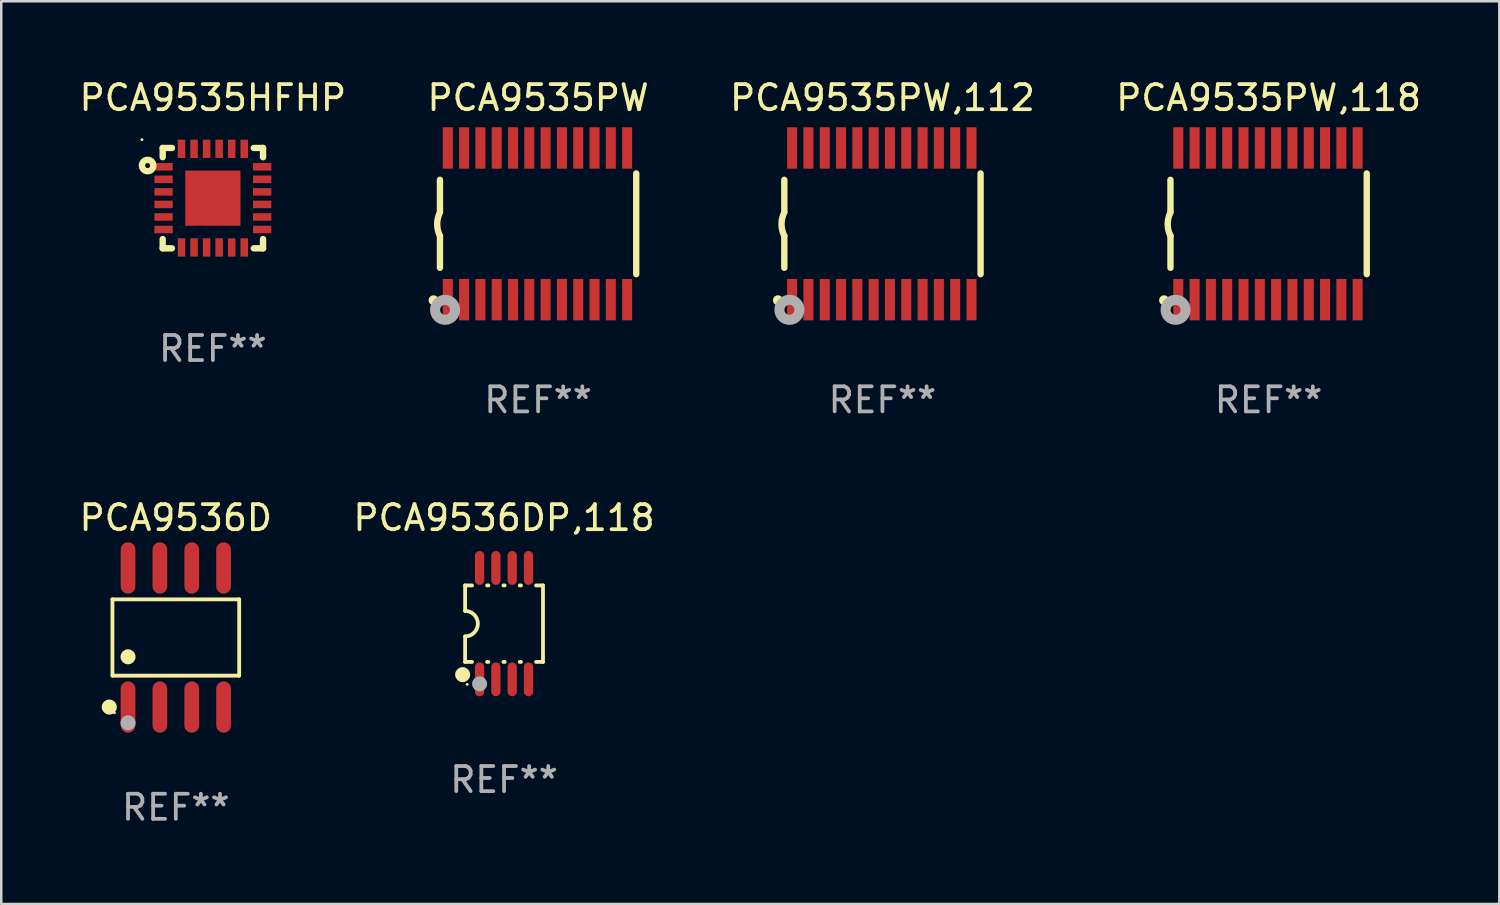
<source format=kicad_pcb>
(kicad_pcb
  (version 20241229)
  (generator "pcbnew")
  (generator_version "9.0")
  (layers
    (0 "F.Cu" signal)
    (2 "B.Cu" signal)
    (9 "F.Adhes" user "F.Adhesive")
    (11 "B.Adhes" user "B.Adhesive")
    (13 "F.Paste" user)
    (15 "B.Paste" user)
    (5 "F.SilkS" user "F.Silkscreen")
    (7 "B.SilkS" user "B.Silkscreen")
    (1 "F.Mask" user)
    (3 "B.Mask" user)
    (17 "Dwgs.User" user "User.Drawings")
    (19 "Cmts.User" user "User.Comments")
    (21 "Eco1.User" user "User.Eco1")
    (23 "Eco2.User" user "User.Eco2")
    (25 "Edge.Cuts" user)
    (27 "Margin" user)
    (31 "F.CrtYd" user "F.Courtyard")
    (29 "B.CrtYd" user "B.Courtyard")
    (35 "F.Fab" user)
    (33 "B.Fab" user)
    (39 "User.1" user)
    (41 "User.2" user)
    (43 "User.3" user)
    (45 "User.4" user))
  (footprint "PCA9535PW"
    (layer "F.Cu")
    (at 18.399 5.871)
    (property "Reference" "PCA9535PW" (at 0 -5.023 0) (layer "F.SilkS") (effects (font (size 1 1) (thickness 0.15))))
    (attr through_hole)
    (fp_line (start -3.912 -0.483) (end -3.912 -1.753) (stroke (width 0.254) (type solid)) (layer "F.SilkS"))
    (fp_line (start -3.912 1.753) (end -3.912 0.483) (stroke (width 0.254) (type solid)) (layer "F.SilkS"))
    (fp_line (start 3.912 -2.007) (end 3.912 2.007) (stroke (width 0.254) (type solid)) (layer "F.SilkS"))
    (fp_arc (start -3.911608 0.482601) (mid -4.022537 0.0127) (end -3.911608 -0.457201) (stroke (width 0.254001) (type solid)) (layer "F.SilkS"))
    (fp_circle (center -4.166 3.048) (end -4.066 3.048) (stroke (width 0.2) (type solid)) (fill no) (layer "F.SilkS"))
    (fp_circle (center -3.925 3.186) (end -3.895 3.186) (stroke (width 0.06) (type solid)) (fill no) (layer "F.SilkS"))
    (fp_circle (center -3.708 3.429) (end -3.509 3.429) (stroke (width 0.4) (type solid)) (fill no) (layer "F.Fab"))
    (fp_text user "REF**" (at 0 7.023 0) (layer "F.Fab") (effects (font (size 1 1) (thickness 0.15))))
    (pad "1" smd rect (at -3.6 3.023) (size 0.4 1.65) (layers "F.Cu" "F.Mask" "F.Paste"))
    (pad "2" smd rect (at -2.95 3.023) (size 0.4 1.65) (layers "F.Cu" "F.Mask" "F.Paste"))
    (pad "3" smd rect (at -2.3 3.023) (size 0.4 1.65) (layers "F.Cu" "F.Mask" "F.Paste"))
    (pad "4" smd rect (at -1.65 3.023) (size 0.4 1.65) (layers "F.Cu" "F.Mask" "F.Paste"))
    (pad "5" smd rect (at -1 3.023) (size 0.4 1.65) (layers "F.Cu" "F.Mask" "F.Paste"))
    (pad "6" smd rect (at -0.35 3.023) (size 0.4 1.65) (layers "F.Cu" "F.Mask" "F.Paste"))
    (pad "7" smd rect (at 0.299 3.023) (size 0.4 1.65) (layers "F.Cu" "F.Mask" "F.Paste"))
    (pad "8" smd rect (at 0.95 3.023) (size 0.4 1.65) (layers "F.Cu" "F.Mask" "F.Paste"))
    (pad "9" smd rect (at 1.6 3.023) (size 0.4 1.65) (layers "F.Cu" "F.Mask" "F.Paste"))
    (pad "10" smd rect (at 2.25 3.023) (size 0.4 1.65) (layers "F.Cu" "F.Mask" "F.Paste"))
    (pad "11" smd rect (at 2.9 3.023) (size 0.4 1.65) (layers "F.Cu" "F.Mask" "F.Paste"))
    (pad "12" smd rect (at 3.549 3.023) (size 0.4 1.65) (layers "F.Cu" "F.Mask" "F.Paste"))
    (pad "13" smd rect (at 3.549 -3.023) (size 0.4 1.65) (layers "F.Cu" "F.Mask" "F.Paste"))
    (pad "14" smd rect (at 2.9 -3.023) (size 0.4 1.65) (layers "F.Cu" "F.Mask" "F.Paste"))
    (pad "15" smd rect (at 2.25 -3.023) (size 0.4 1.65) (layers "F.Cu" "F.Mask" "F.Paste"))
    (pad "16" smd rect (at 1.6 -3.023) (size 0.4 1.65) (layers "F.Cu" "F.Mask" "F.Paste"))
    (pad "17" smd rect (at 0.95 -3.023) (size 0.4 1.65) (layers "F.Cu" "F.Mask" "F.Paste"))
    (pad "18" smd rect (at 0.299 -3.023) (size 0.4 1.65) (layers "F.Cu" "F.Mask" "F.Paste"))
    (pad "19" smd rect (at -0.35 -3.023) (size 0.4 1.65) (layers "F.Cu" "F.Mask" "F.Paste"))
    (pad "20" smd rect (at -1 -3.023) (size 0.4 1.65) (layers "F.Cu" "F.Mask" "F.Paste"))
    (pad "21" smd rect (at -1.65 -3.023) (size 0.4 1.65) (layers "F.Cu" "F.Mask" "F.Paste"))
    (pad "22" smd rect (at -2.3 -3.023) (size 0.4 1.65) (layers "F.Cu" "F.Mask" "F.Paste"))
    (pad "23" smd rect (at -2.95 -3.023) (size 0.4 1.65) (layers "F.Cu" "F.Mask" "F.Paste"))
    (pad "24" smd rect (at -3.6 -3.023) (size 0.4 1.65) (layers "F.Cu" "F.Mask" "F.Paste")))
  (footprint "PCA9535PW,112"
    (layer "F.Cu")
    (at 32.125 5.871)
    (property "Reference" "PCA9535PW,112" (at 0 -5.023 0) (layer "F.SilkS") (effects (font (size 1 1) (thickness 0.15))))
    (attr through_hole)
    (fp_line (start -3.912 -0.483) (end -3.912 -1.753) (stroke (width 0.254) (type solid)) (layer "F.SilkS"))
    (fp_line (start -3.912 1.753) (end -3.912 0.483) (stroke (width 0.254) (type solid)) (layer "F.SilkS"))
    (fp_line (start 3.912 -2.007) (end 3.912 2.007) (stroke (width 0.254) (type solid)) (layer "F.SilkS"))
    (fp_arc (start -3.911608 0.482601) (mid -4.022537 0.0127) (end -3.911608 -0.457201) (stroke (width 0.254001) (type solid)) (layer "F.SilkS"))
    (fp_circle (center -4.166 3.048) (end -4.066 3.048) (stroke (width 0.2) (type solid)) (fill no) (layer "F.SilkS"))
    (fp_circle (center -3.925 3.186) (end -3.895 3.186) (stroke (width 0.06) (type solid)) (fill no) (layer "F.SilkS"))
    (fp_circle (center -3.708 3.429) (end -3.509 3.429) (stroke (width 0.4) (type solid)) (fill no) (layer "F.Fab"))
    (fp_text user "REF**" (at 0 7.023 0) (layer "F.Fab") (effects (font (size 1 1) (thickness 0.15))))
    (pad "1" smd rect (at -3.6 3.023) (size 0.4 1.65) (layers "F.Cu" "F.Mask" "F.Paste"))
    (pad "2" smd rect (at -2.95 3.023) (size 0.4 1.65) (layers "F.Cu" "F.Mask" "F.Paste"))
    (pad "3" smd rect (at -2.3 3.023) (size 0.4 1.65) (layers "F.Cu" "F.Mask" "F.Paste"))
    (pad "4" smd rect (at -1.65 3.023) (size 0.4 1.65) (layers "F.Cu" "F.Mask" "F.Paste"))
    (pad "5" smd rect (at -1 3.023) (size 0.4 1.65) (layers "F.Cu" "F.Mask" "F.Paste"))
    (pad "6" smd rect (at -0.35 3.023) (size 0.4 1.65) (layers "F.Cu" "F.Mask" "F.Paste"))
    (pad "7" smd rect (at 0.299 3.023) (size 0.4 1.65) (layers "F.Cu" "F.Mask" "F.Paste"))
    (pad "8" smd rect (at 0.95 3.023) (size 0.4 1.65) (layers "F.Cu" "F.Mask" "F.Paste"))
    (pad "9" smd rect (at 1.6 3.023) (size 0.4 1.65) (layers "F.Cu" "F.Mask" "F.Paste"))
    (pad "10" smd rect (at 2.25 3.023) (size 0.4 1.65) (layers "F.Cu" "F.Mask" "F.Paste"))
    (pad "11" smd rect (at 2.9 3.023) (size 0.4 1.65) (layers "F.Cu" "F.Mask" "F.Paste"))
    (pad "12" smd rect (at 3.549 3.023) (size 0.4 1.65) (layers "F.Cu" "F.Mask" "F.Paste"))
    (pad "13" smd rect (at 3.549 -3.023) (size 0.4 1.65) (layers "F.Cu" "F.Mask" "F.Paste"))
    (pad "14" smd rect (at 2.9 -3.023) (size 0.4 1.65) (layers "F.Cu" "F.Mask" "F.Paste"))
    (pad "15" smd rect (at 2.25 -3.023) (size 0.4 1.65) (layers "F.Cu" "F.Mask" "F.Paste"))
    (pad "16" smd rect (at 1.6 -3.023) (size 0.4 1.65) (layers "F.Cu" "F.Mask" "F.Paste"))
    (pad "17" smd rect (at 0.95 -3.023) (size 0.4 1.65) (layers "F.Cu" "F.Mask" "F.Paste"))
    (pad "18" smd rect (at 0.299 -3.023) (size 0.4 1.65) (layers "F.Cu" "F.Mask" "F.Paste"))
    (pad "19" smd rect (at -0.35 -3.023) (size 0.4 1.65) (layers "F.Cu" "F.Mask" "F.Paste"))
    (pad "20" smd rect (at -1 -3.023) (size 0.4 1.65) (layers "F.Cu" "F.Mask" "F.Paste"))
    (pad "21" smd rect (at -1.65 -3.023) (size 0.4 1.65) (layers "F.Cu" "F.Mask" "F.Paste"))
    (pad "22" smd rect (at -2.3 -3.023) (size 0.4 1.65) (layers "F.Cu" "F.Mask" "F.Paste"))
    (pad "23" smd rect (at -2.95 -3.023) (size 0.4 1.65) (layers "F.Cu" "F.Mask" "F.Paste"))
    (pad "24" smd rect (at -3.6 -3.023) (size 0.4 1.65) (layers "F.Cu" "F.Mask" "F.Paste")))
  (footprint "PCA9535HFHP"
    (layer "F.Cu")
    (at 5.435 4.848)
    (property "Reference" "PCA9535HFHP" (at 0 -4 0) (layer "F.SilkS") (effects (font (size 1 1) (thickness 0.15))))
    (attr through_hole)
    (fp_line (start -2 -2) (end -1.631 -2) (stroke (width 0.254) (type solid)) (layer "F.SilkS"))
    (fp_line (start -2 -1.631) (end -2 -2) (stroke (width 0.254) (type solid)) (layer "F.SilkS"))
    (fp_line (start -2 2) (end -2 1.631) (stroke (width 0.254) (type solid)) (layer "F.SilkS"))
    (fp_line (start -1.631 2) (end -2 2) (stroke (width 0.254) (type solid)) (layer "F.SilkS"))
    (fp_line (start 1.631 -2) (end 2 -2) (stroke (width 0.254) (type solid)) (layer "F.SilkS"))
    (fp_line (start 2 -2) (end 2 -1.631) (stroke (width 0.254) (type solid)) (layer "F.SilkS"))
    (fp_line (start 2 1.631) (end 2 2) (stroke (width 0.254) (type solid)) (layer "F.SilkS"))
    (fp_line (start 2 2) (end 1.631 2) (stroke (width 0.254) (type solid)) (layer "F.SilkS"))
    (fp_circle (center -2.827 -2.33) (end -2.797 -2.33) (stroke (width 0.06) (type solid)) (fill no) (layer "F.SilkS"))
    (fp_circle (center -2.6 -1.3) (end -2.5 -1.3) (stroke (width 0.254) (type solid)) (fill no) (layer "F.SilkS"))
    (fp_text user "REF**" (at 0 6 0) (layer "F.Fab") (effects (font (size 1 1) (thickness 0.15))))
    (pad "1" smd rect (at -1.965 -1.25) (size 0.73 0.3) (layers "F.Cu" "F.Mask" "F.Paste"))
    (pad "2" smd rect (at -1.965 -0.75) (size 0.73 0.3) (layers "F.Cu" "F.Mask" "F.Paste"))
    (pad "3" smd rect (at -1.965 -0.25) (size 0.73 0.3) (layers "F.Cu" "F.Mask" "F.Paste"))
    (pad "4" smd rect (at -1.965 0.25) (size 0.73 0.3) (layers "F.Cu" "F.Mask" "F.Paste"))
    (pad "5" smd rect (at -1.965 0.75) (size 0.73 0.3) (layers "F.Cu" "F.Mask" "F.Paste"))
    (pad "6" smd rect (at -1.965 1.25) (size 0.73 0.3) (layers "F.Cu" "F.Mask" "F.Paste"))
    (pad "7" smd rect (at -1.25 1.965) (size 0.3 0.73) (layers "F.Cu" "F.Mask" "F.Paste"))
    (pad "8" smd rect (at -0.75 1.965) (size 0.3 0.73) (layers "F.Cu" "F.Mask" "F.Paste"))
    (pad "9" smd rect (at -0.25 1.965) (size 0.3 0.73) (layers "F.Cu" "F.Mask" "F.Paste"))
    (pad "10" smd rect (at 0.25 1.965) (size 0.3 0.73) (layers "F.Cu" "F.Mask" "F.Paste"))
    (pad "11" smd rect (at 0.75 1.965) (size 0.3 0.73) (layers "F.Cu" "F.Mask" "F.Paste"))
    (pad "12" smd rect (at 1.25 1.965) (size 0.3 0.73) (layers "F.Cu" "F.Mask" "F.Paste"))
    (pad "13" smd rect (at 1.965 1.25) (size 0.73 0.3) (layers "F.Cu" "F.Mask" "F.Paste"))
    (pad "14" smd rect (at 1.965 0.75) (size 0.73 0.3) (layers "F.Cu" "F.Mask" "F.Paste"))
    (pad "15" smd rect (at 1.965 0.25) (size 0.73 0.3) (layers "F.Cu" "F.Mask" "F.Paste"))
    (pad "16" smd rect (at 1.965 -0.25) (size 0.73 0.3) (layers "F.Cu" "F.Mask" "F.Paste"))
    (pad "17" smd rect (at 1.965 -0.75) (size 0.73 0.3) (layers "F.Cu" "F.Mask" "F.Paste"))
    (pad "18" smd rect (at 1.965 -1.25) (size 0.73 0.3) (layers "F.Cu" "F.Mask" "F.Paste"))
    (pad "19" smd rect (at 1.25 -1.965) (size 0.3 0.73) (layers "F.Cu" "F.Mask" "F.Paste"))
    (pad "20" smd rect (at 0.75 -1.965) (size 0.3 0.73) (layers "F.Cu" "F.Mask" "F.Paste"))
    (pad "21" smd rect (at 0.25 -1.965) (size 0.3 0.73) (layers "F.Cu" "F.Mask" "F.Paste"))
    (pad "22" smd rect (at -0.25 -1.965) (size 0.3 0.73) (layers "F.Cu" "F.Mask" "F.Paste"))
    (pad "23" smd rect (at -0.75 -1.965) (size 0.3 0.73) (layers "F.Cu" "F.Mask" "F.Paste"))
    (pad "24" smd rect (at -1.25 -1.965) (size 0.3 0.73) (layers "F.Cu" "F.Mask" "F.Paste"))
    (pad "25" smd rect (at 0 0) (size 2.2 2.2) (layers "F.Cu" "F.Mask" "F.Paste")))
  (footprint "PCA9536D"
    (layer "F.Cu")
    (at 3.958 22.362)
    (property "Reference" "PCA9536D" (at 0 -4.772 0) (layer "F.SilkS") (effects (font (size 1 1) (thickness 0.15))))
    (attr through_hole)
    (fp_line (start -2.526 -1.521) (end 2.526 -1.521) (stroke (width 0.152) (type solid)) (layer "F.SilkS"))
    (fp_line (start -2.526 1.521) (end -2.526 -1.521) (stroke (width 0.152) (type solid)) (layer "F.SilkS"))
    (fp_line (start 2.526 -1.521) (end 2.526 1.521) (stroke (width 0.152) (type solid)) (layer "F.SilkS"))
    (fp_line (start 2.526 1.521) (end -2.526 1.521) (stroke (width 0.152) (type solid)) (layer "F.SilkS"))
    (fp_circle (center -2.652 2.772) (end -2.501 2.772) (stroke (width 0.3) (type solid)) (fill no) (layer "F.SilkS"))
    (fp_circle (center -2.45 3) (end -2.42 3) (stroke (width 0.06) (type solid)) (fill no) (layer "F.SilkS"))
    (fp_circle (center -1.905 0.769) (end -1.755 0.769) (stroke (width 0.3) (type solid)) (fill no) (layer "F.SilkS"))
    (fp_circle (center -1.905 3.4) (end -1.755 3.4) (stroke (width 0.3) (type solid)) (fill no) (layer "F.Fab"))
    (fp_text user "REF**" (at 0 6.772 0) (layer "F.Fab") (effects (font (size 1 1) (thickness 0.15))))
    (pad "1" smd oval (at -1.905 2.772) (size 0.588 2.045) (layers "F.Cu" "F.Mask" "F.Paste"))
    (pad "2" smd oval (at -0.635 2.772) (size 0.588 2.045) (layers "F.Cu" "F.Mask" "F.Paste"))
    (pad "3" smd oval (at 0.635 2.772) (size 0.588 2.045) (layers "F.Cu" "F.Mask" "F.Paste"))
    (pad "4" smd oval (at 1.905 2.772) (size 0.588 2.045) (layers "F.Cu" "F.Mask" "F.Paste"))
    (pad "5" smd oval (at 1.905 -2.772) (size 0.588 2.045) (layers "F.Cu" "F.Mask" "F.Paste"))
    (pad "6" smd oval (at 0.635 -2.772) (size 0.588 2.045) (layers "F.Cu" "F.Mask" "F.Paste"))
    (pad "7" smd oval (at -0.635 -2.772) (size 0.588 2.045) (layers "F.Cu" "F.Mask" "F.Paste"))
    (pad "8" smd oval (at -1.905 -2.772) (size 0.588 2.045) (layers "F.Cu" "F.Mask" "F.Paste")))
  (footprint "PCA9535PW,118"
    (layer "F.Cu")
    (at 47.518 5.871)
    (property "Reference" "PCA9535PW,118" (at 0 -5.023 0) (layer "F.SilkS") (effects (font (size 1 1) (thickness 0.15))))
    (attr through_hole)
    (fp_line (start -3.912 -0.483) (end -3.912 -1.753) (stroke (width 0.254) (type solid)) (layer "F.SilkS"))
    (fp_line (start -3.912 1.753) (end -3.912 0.483) (stroke (width 0.254) (type solid)) (layer "F.SilkS"))
    (fp_line (start 3.912 -2.007) (end 3.912 2.007) (stroke (width 0.254) (type solid)) (layer "F.SilkS"))
    (fp_arc (start -3.911608 0.482601) (mid -4.022537 0.0127) (end -3.911608 -0.457201) (stroke (width 0.254001) (type solid)) (layer "F.SilkS"))
    (fp_circle (center -4.166 3.048) (end -4.066 3.048) (stroke (width 0.2) (type solid)) (fill no) (layer "F.SilkS"))
    (fp_circle (center -3.925 3.186) (end -3.895 3.186) (stroke (width 0.06) (type solid)) (fill no) (layer "F.SilkS"))
    (fp_circle (center -3.708 3.429) (end -3.509 3.429) (stroke (width 0.4) (type solid)) (fill no) (layer "F.Fab"))
    (fp_text user "REF**" (at 0 7.023 0) (layer "F.Fab") (effects (font (size 1 1) (thickness 0.15))))
    (pad "1" smd rect (at -3.6 3.023) (size 0.4 1.65) (layers "F.Cu" "F.Mask" "F.Paste"))
    (pad "2" smd rect (at -2.95 3.023) (size 0.4 1.65) (layers "F.Cu" "F.Mask" "F.Paste"))
    (pad "3" smd rect (at -2.3 3.023) (size 0.4 1.65) (layers "F.Cu" "F.Mask" "F.Paste"))
    (pad "4" smd rect (at -1.65 3.023) (size 0.4 1.65) (layers "F.Cu" "F.Mask" "F.Paste"))
    (pad "5" smd rect (at -1 3.023) (size 0.4 1.65) (layers "F.Cu" "F.Mask" "F.Paste"))
    (pad "6" smd rect (at -0.35 3.023) (size 0.4 1.65) (layers "F.Cu" "F.Mask" "F.Paste"))
    (pad "7" smd rect (at 0.299 3.023) (size 0.4 1.65) (layers "F.Cu" "F.Mask" "F.Paste"))
    (pad "8" smd rect (at 0.95 3.023) (size 0.4 1.65) (layers "F.Cu" "F.Mask" "F.Paste"))
    (pad "9" smd rect (at 1.6 3.023) (size 0.4 1.65) (layers "F.Cu" "F.Mask" "F.Paste"))
    (pad "10" smd rect (at 2.25 3.023) (size 0.4 1.65) (layers "F.Cu" "F.Mask" "F.Paste"))
    (pad "11" smd rect (at 2.9 3.023) (size 0.4 1.65) (layers "F.Cu" "F.Mask" "F.Paste"))
    (pad "12" smd rect (at 3.549 3.023) (size 0.4 1.65) (layers "F.Cu" "F.Mask" "F.Paste"))
    (pad "13" smd rect (at 3.549 -3.023) (size 0.4 1.65) (layers "F.Cu" "F.Mask" "F.Paste"))
    (pad "14" smd rect (at 2.9 -3.023) (size 0.4 1.65) (layers "F.Cu" "F.Mask" "F.Paste"))
    (pad "15" smd rect (at 2.25 -3.023) (size 0.4 1.65) (layers "F.Cu" "F.Mask" "F.Paste"))
    (pad "16" smd rect (at 1.6 -3.023) (size 0.4 1.65) (layers "F.Cu" "F.Mask" "F.Paste"))
    (pad "17" smd rect (at 0.95 -3.023) (size 0.4 1.65) (layers "F.Cu" "F.Mask" "F.Paste"))
    (pad "18" smd rect (at 0.299 -3.023) (size 0.4 1.65) (layers "F.Cu" "F.Mask" "F.Paste"))
    (pad "19" smd rect (at -0.35 -3.023) (size 0.4 1.65) (layers "F.Cu" "F.Mask" "F.Paste"))
    (pad "20" smd rect (at -1 -3.023) (size 0.4 1.65) (layers "F.Cu" "F.Mask" "F.Paste"))
    (pad "21" smd rect (at -1.65 -3.023) (size 0.4 1.65) (layers "F.Cu" "F.Mask" "F.Paste"))
    (pad "22" smd rect (at -2.3 -3.023) (size 0.4 1.65) (layers "F.Cu" "F.Mask" "F.Paste"))
    (pad "23" smd rect (at -2.95 -3.023) (size 0.4 1.65) (layers "F.Cu" "F.Mask" "F.Paste"))
    (pad "24" smd rect (at -3.6 -3.023) (size 0.4 1.65) (layers "F.Cu" "F.Mask" "F.Paste")))
  (footprint "PCA9536DP,118"
    (layer "F.Cu")
    (at 17.042 21.81)
    (property "Reference" "PCA9536DP,118" (at 0 -4.22 0) (layer "F.SilkS") (effects (font (size 1 1) (thickness 0.15))))
    (attr through_hole)
    (fp_line (start -1.552 -1.524) (end -1.276 -1.524) (stroke (width 0.152) (type solid)) (layer "F.SilkS"))
    (fp_line (start -1.552 -0.508) (end -1.552 -1.524) (stroke (width 0.152) (type solid)) (layer "F.SilkS"))
    (fp_line (start -1.552 1.524) (end -1.552 0.508) (stroke (width 0.152) (type solid)) (layer "F.SilkS"))
    (fp_line (start -1.552 1.524) (end -1.276 1.524) (stroke (width 0.152) (type solid)) (layer "F.SilkS"))
    (fp_line (start -0.674 -1.524) (end -0.626 -1.524) (stroke (width 0.152) (type solid)) (layer "F.SilkS"))
    (fp_line (start -0.674 1.524) (end -0.626 1.524) (stroke (width 0.152) (type solid)) (layer "F.SilkS"))
    (fp_line (start -0.024 -1.524) (end 0.024 -1.524) (stroke (width 0.152) (type solid)) (layer "F.SilkS"))
    (fp_line (start -0.024 1.524) (end 0.024 1.524) (stroke (width 0.152) (type solid)) (layer "F.SilkS"))
    (fp_line (start 0.626 -1.524) (end 0.674 -1.524) (stroke (width 0.152) (type solid)) (layer "F.SilkS"))
    (fp_line (start 0.626 1.524) (end 0.674 1.524) (stroke (width 0.152) (type solid)) (layer "F.SilkS"))
    (fp_line (start 1.276 1.524) (end 1.552 1.524) (stroke (width 0.152) (type solid)) (layer "F.SilkS"))
    (fp_line (start 1.276 -1.524) (end 1.552 -1.524) (stroke (width 0.152) (type solid)) (layer "F.SilkS"))
    (fp_line (start 1.552 -1.524) (end 1.552 1.524) (stroke (width 0.152) (type solid)) (layer "F.SilkS"))
    (fp_arc (start -1.551943 -0.508001) (mid -1.043942 0) (end -1.551943 0.508001) (stroke (width 0.151994) (type solid)) (layer "F.SilkS"))
    (fp_circle (center -1.651 2.032) (end -1.501 2.032) (stroke (width 0.3) (type solid)) (fill no) (layer "F.SilkS"))
    (fp_circle (center -1.47 2.42) (end -1.44 2.42) (stroke (width 0.06) (type solid)) (fill no) (layer "F.SilkS"))
    (fp_circle (center -0.975 2.4) (end -0.825 2.4) (stroke (width 0.3) (type solid)) (fill no) (layer "F.Fab"))
    (fp_text user "REF**" (at 0 6.22 0) (layer "F.Fab") (effects (font (size 1 1) (thickness 0.15))))
    (pad "1" smd oval (at -0.975 2.22) (size 0.37 1.35) (layers "F.Cu" "F.Mask" "F.Paste"))
    (pad "2" smd oval (at -0.325 2.22) (size 0.37 1.35) (layers "F.Cu" "F.Mask" "F.Paste"))
    (pad "3" smd oval (at 0.325 2.22) (size 0.37 1.35) (layers "F.Cu" "F.Mask" "F.Paste"))
    (pad "4" smd oval (at 0.975 2.22) (size 0.37 1.35) (layers "F.Cu" "F.Mask" "F.Paste"))
    (pad "5" smd oval (at 0.975 -2.22) (size 0.37 1.35) (layers "F.Cu" "F.Mask" "F.Paste"))
    (pad "6" smd oval (at 0.325 -2.22) (size 0.37 1.35) (layers "F.Cu" "F.Mask" "F.Paste"))
    (pad "7" smd oval (at -0.325 -2.22) (size 0.37 1.35) (layers "F.Cu" "F.Mask" "F.Paste"))
    (pad "8" smd oval (at -0.975 -2.22) (size 0.37 1.35) (layers "F.Cu" "F.Mask" "F.Paste")))
  (gr_rect
    (start -3 -3)
    (end 56.714 32.983)
    (stroke (width 0.1) (type default))
    (fill no)
    (layer "Edge.Cuts")))
</source>
